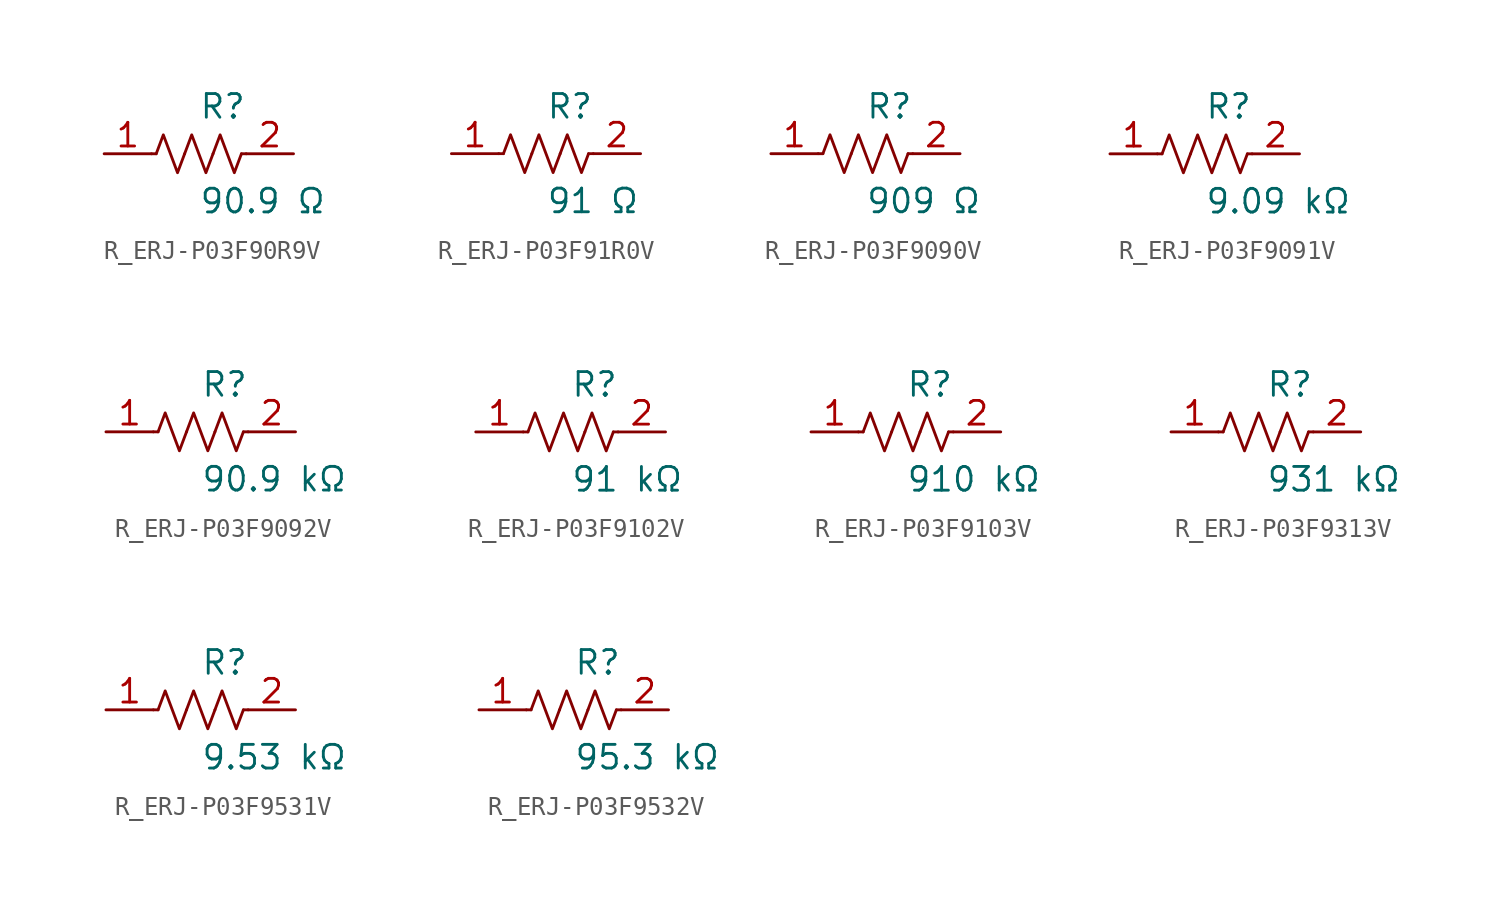
<source format=kicad_sym>
(kicad_symbol_lib
  (version 20231120)
  (generator kicad_symbol_editor)
  (generator_version 8.0)
  (symbol "R_ERJ-P03F90R9V"
    (pin_names
      (offset 0.254))
    (property "Reference" "R"
      (at 0.0 2.54 0)
      (effects (font (size 1.27 1.27)) (justify left)))
    (property "Value" "90.9 Ω"
      (at 0.0 -2.54 0)
      (effects (font (size 1.27 1.27)) (justify left)))
    (symbol "R_ERJ-P03F90R9V_0_1"
      (polyline (pts (xy 2.286 0) (xy 2.54 0)) (stroke (width 0) (type default)) (fill (type none)))
      (polyline (pts (xy -2.286 0) (xy -2.54 0)) (stroke (width 0) (type default)) (fill (type none)))
      (polyline (pts (xy 0.762 0) (xy 1.143 1.016) (xy 1.524 0) (xy 1.905 -1.016) (xy 2.286 0)) (stroke (width 0) (type default)) (fill (type none)))
      (polyline (pts (xy -0.762 0) (xy -0.381 1.016) (xy 0 0) (xy 0.381 -1.016) (xy 0.762 0)) (stroke (width 0) (type default)) (fill (type none)))
      (polyline (pts (xy -2.286 0) (xy -1.905 1.016) (xy -1.524 0) (xy -1.143 -1.016) (xy -0.762 0)) (stroke (width 0) (type default)) (fill (type none))))
    (pin unspecified line
      (at -5.08 0 0)
      (length 2.54)
      (name "" (effects (font (size 1.27 1.27))))
      (number "1" (effects (font (size 1.27 1.27)))))
    (pin unspecified line
      (at 5.08 0 180)
      (length 2.54)
      (name "" (effects (font (size 1.27 1.27))))
      (number "2" (effects (font (size 1.27 1.27))))))
  (symbol "R_ERJ-P03F91R0V"
    (pin_names
      (offset 0.254))
    (property "Reference" "R"
      (at 0.0 2.54 0)
      (effects (font (size 1.27 1.27)) (justify left)))
    (property "Value" "91 Ω"
      (at 0.0 -2.54 0)
      (effects (font (size 1.27 1.27)) (justify left)))
    (symbol "R_ERJ-P03F91R0V_0_1"
      (polyline (pts (xy 2.286 0) (xy 2.54 0)) (stroke (width 0) (type default)) (fill (type none)))
      (polyline (pts (xy -2.286 0) (xy -2.54 0)) (stroke (width 0) (type default)) (fill (type none)))
      (polyline (pts (xy 0.762 0) (xy 1.143 1.016) (xy 1.524 0) (xy 1.905 -1.016) (xy 2.286 0)) (stroke (width 0) (type default)) (fill (type none)))
      (polyline (pts (xy -0.762 0) (xy -0.381 1.016) (xy 0 0) (xy 0.381 -1.016) (xy 0.762 0)) (stroke (width 0) (type default)) (fill (type none)))
      (polyline (pts (xy -2.286 0) (xy -1.905 1.016) (xy -1.524 0) (xy -1.143 -1.016) (xy -0.762 0)) (stroke (width 0) (type default)) (fill (type none))))
    (pin unspecified line
      (at -5.08 0 0)
      (length 2.54)
      (name "" (effects (font (size 1.27 1.27))))
      (number "1" (effects (font (size 1.27 1.27)))))
    (pin unspecified line
      (at 5.08 0 180)
      (length 2.54)
      (name "" (effects (font (size 1.27 1.27))))
      (number "2" (effects (font (size 1.27 1.27))))))
  (symbol "R_ERJ-P03F9090V"
    (pin_names
      (offset 0.254))
    (property "Reference" "R"
      (at 0.0 2.54 0)
      (effects (font (size 1.27 1.27)) (justify left)))
    (property "Value" "909 Ω"
      (at 0.0 -2.54 0)
      (effects (font (size 1.27 1.27)) (justify left)))
    (symbol "R_ERJ-P03F9090V_0_1"
      (polyline (pts (xy 2.286 0) (xy 2.54 0)) (stroke (width 0) (type default)) (fill (type none)))
      (polyline (pts (xy -2.286 0) (xy -2.54 0)) (stroke (width 0) (type default)) (fill (type none)))
      (polyline (pts (xy 0.762 0) (xy 1.143 1.016) (xy 1.524 0) (xy 1.905 -1.016) (xy 2.286 0)) (stroke (width 0) (type default)) (fill (type none)))
      (polyline (pts (xy -0.762 0) (xy -0.381 1.016) (xy 0 0) (xy 0.381 -1.016) (xy 0.762 0)) (stroke (width 0) (type default)) (fill (type none)))
      (polyline (pts (xy -2.286 0) (xy -1.905 1.016) (xy -1.524 0) (xy -1.143 -1.016) (xy -0.762 0)) (stroke (width 0) (type default)) (fill (type none))))
    (pin unspecified line
      (at -5.08 0 0)
      (length 2.54)
      (name "" (effects (font (size 1.27 1.27))))
      (number "1" (effects (font (size 1.27 1.27)))))
    (pin unspecified line
      (at 5.08 0 180)
      (length 2.54)
      (name "" (effects (font (size 1.27 1.27))))
      (number "2" (effects (font (size 1.27 1.27))))))
  (symbol "R_ERJ-P03F9091V"
    (pin_names
      (offset 0.254))
    (property "Reference" "R"
      (at 0.0 2.54 0)
      (effects (font (size 1.27 1.27)) (justify left)))
    (property "Value" "9.09 kΩ"
      (at 0.0 -2.54 0)
      (effects (font (size 1.27 1.27)) (justify left)))
    (symbol "R_ERJ-P03F9091V_0_1"
      (polyline (pts (xy 2.286 0) (xy 2.54 0)) (stroke (width 0) (type default)) (fill (type none)))
      (polyline (pts (xy -2.286 0) (xy -2.54 0)) (stroke (width 0) (type default)) (fill (type none)))
      (polyline (pts (xy 0.762 0) (xy 1.143 1.016) (xy 1.524 0) (xy 1.905 -1.016) (xy 2.286 0)) (stroke (width 0) (type default)) (fill (type none)))
      (polyline (pts (xy -0.762 0) (xy -0.381 1.016) (xy 0 0) (xy 0.381 -1.016) (xy 0.762 0)) (stroke (width 0) (type default)) (fill (type none)))
      (polyline (pts (xy -2.286 0) (xy -1.905 1.016) (xy -1.524 0) (xy -1.143 -1.016) (xy -0.762 0)) (stroke (width 0) (type default)) (fill (type none))))
    (pin unspecified line
      (at -5.08 0 0)
      (length 2.54)
      (name "" (effects (font (size 1.27 1.27))))
      (number "1" (effects (font (size 1.27 1.27)))))
    (pin unspecified line
      (at 5.08 0 180)
      (length 2.54)
      (name "" (effects (font (size 1.27 1.27))))
      (number "2" (effects (font (size 1.27 1.27))))))
  (symbol "R_ERJ-P03F9092V"
    (pin_names
      (offset 0.254))
    (property "Reference" "R"
      (at 0.0 2.54 0)
      (effects (font (size 1.27 1.27)) (justify left)))
    (property "Value" "90.9 kΩ"
      (at 0.0 -2.54 0)
      (effects (font (size 1.27 1.27)) (justify left)))
    (symbol "R_ERJ-P03F9092V_0_1"
      (polyline (pts (xy 2.286 0) (xy 2.54 0)) (stroke (width 0) (type default)) (fill (type none)))
      (polyline (pts (xy -2.286 0) (xy -2.54 0)) (stroke (width 0) (type default)) (fill (type none)))
      (polyline (pts (xy 0.762 0) (xy 1.143 1.016) (xy 1.524 0) (xy 1.905 -1.016) (xy 2.286 0)) (stroke (width 0) (type default)) (fill (type none)))
      (polyline (pts (xy -0.762 0) (xy -0.381 1.016) (xy 0 0) (xy 0.381 -1.016) (xy 0.762 0)) (stroke (width 0) (type default)) (fill (type none)))
      (polyline (pts (xy -2.286 0) (xy -1.905 1.016) (xy -1.524 0) (xy -1.143 -1.016) (xy -0.762 0)) (stroke (width 0) (type default)) (fill (type none))))
    (pin unspecified line
      (at -5.08 0 0)
      (length 2.54)
      (name "" (effects (font (size 1.27 1.27))))
      (number "1" (effects (font (size 1.27 1.27)))))
    (pin unspecified line
      (at 5.08 0 180)
      (length 2.54)
      (name "" (effects (font (size 1.27 1.27))))
      (number "2" (effects (font (size 1.27 1.27))))))
  (symbol "R_ERJ-P03F9102V"
    (pin_names
      (offset 0.254))
    (property "Reference" "R"
      (at 0.0 2.54 0)
      (effects (font (size 1.27 1.27)) (justify left)))
    (property "Value" "91 kΩ"
      (at 0.0 -2.54 0)
      (effects (font (size 1.27 1.27)) (justify left)))
    (symbol "R_ERJ-P03F9102V_0_1"
      (polyline (pts (xy 2.286 0) (xy 2.54 0)) (stroke (width 0) (type default)) (fill (type none)))
      (polyline (pts (xy -2.286 0) (xy -2.54 0)) (stroke (width 0) (type default)) (fill (type none)))
      (polyline (pts (xy 0.762 0) (xy 1.143 1.016) (xy 1.524 0) (xy 1.905 -1.016) (xy 2.286 0)) (stroke (width 0) (type default)) (fill (type none)))
      (polyline (pts (xy -0.762 0) (xy -0.381 1.016) (xy 0 0) (xy 0.381 -1.016) (xy 0.762 0)) (stroke (width 0) (type default)) (fill (type none)))
      (polyline (pts (xy -2.286 0) (xy -1.905 1.016) (xy -1.524 0) (xy -1.143 -1.016) (xy -0.762 0)) (stroke (width 0) (type default)) (fill (type none))))
    (pin unspecified line
      (at -5.08 0 0)
      (length 2.54)
      (name "" (effects (font (size 1.27 1.27))))
      (number "1" (effects (font (size 1.27 1.27)))))
    (pin unspecified line
      (at 5.08 0 180)
      (length 2.54)
      (name "" (effects (font (size 1.27 1.27))))
      (number "2" (effects (font (size 1.27 1.27))))))
  (symbol "R_ERJ-P03F9103V"
    (pin_names
      (offset 0.254))
    (property "Reference" "R"
      (at 0.0 2.54 0)
      (effects (font (size 1.27 1.27)) (justify left)))
    (property "Value" "910 kΩ"
      (at 0.0 -2.54 0)
      (effects (font (size 1.27 1.27)) (justify left)))
    (symbol "R_ERJ-P03F9103V_0_1"
      (polyline (pts (xy 2.286 0) (xy 2.54 0)) (stroke (width 0) (type default)) (fill (type none)))
      (polyline (pts (xy -2.286 0) (xy -2.54 0)) (stroke (width 0) (type default)) (fill (type none)))
      (polyline (pts (xy 0.762 0) (xy 1.143 1.016) (xy 1.524 0) (xy 1.905 -1.016) (xy 2.286 0)) (stroke (width 0) (type default)) (fill (type none)))
      (polyline (pts (xy -0.762 0) (xy -0.381 1.016) (xy 0 0) (xy 0.381 -1.016) (xy 0.762 0)) (stroke (width 0) (type default)) (fill (type none)))
      (polyline (pts (xy -2.286 0) (xy -1.905 1.016) (xy -1.524 0) (xy -1.143 -1.016) (xy -0.762 0)) (stroke (width 0) (type default)) (fill (type none))))
    (pin unspecified line
      (at -5.08 0 0)
      (length 2.54)
      (name "" (effects (font (size 1.27 1.27))))
      (number "1" (effects (font (size 1.27 1.27)))))
    (pin unspecified line
      (at 5.08 0 180)
      (length 2.54)
      (name "" (effects (font (size 1.27 1.27))))
      (number "2" (effects (font (size 1.27 1.27))))))
  (symbol "R_ERJ-P03F9313V"
    (pin_names
      (offset 0.254))
    (property "Reference" "R"
      (at 0.0 2.54 0)
      (effects (font (size 1.27 1.27)) (justify left)))
    (property "Value" "931 kΩ"
      (at 0.0 -2.54 0)
      (effects (font (size 1.27 1.27)) (justify left)))
    (symbol "R_ERJ-P03F9313V_0_1"
      (polyline (pts (xy 2.286 0) (xy 2.54 0)) (stroke (width 0) (type default)) (fill (type none)))
      (polyline (pts (xy -2.286 0) (xy -2.54 0)) (stroke (width 0) (type default)) (fill (type none)))
      (polyline (pts (xy 0.762 0) (xy 1.143 1.016) (xy 1.524 0) (xy 1.905 -1.016) (xy 2.286 0)) (stroke (width 0) (type default)) (fill (type none)))
      (polyline (pts (xy -0.762 0) (xy -0.381 1.016) (xy 0 0) (xy 0.381 -1.016) (xy 0.762 0)) (stroke (width 0) (type default)) (fill (type none)))
      (polyline (pts (xy -2.286 0) (xy -1.905 1.016) (xy -1.524 0) (xy -1.143 -1.016) (xy -0.762 0)) (stroke (width 0) (type default)) (fill (type none))))
    (pin unspecified line
      (at -5.08 0 0)
      (length 2.54)
      (name "" (effects (font (size 1.27 1.27))))
      (number "1" (effects (font (size 1.27 1.27)))))
    (pin unspecified line
      (at 5.08 0 180)
      (length 2.54)
      (name "" (effects (font (size 1.27 1.27))))
      (number "2" (effects (font (size 1.27 1.27))))))
  (symbol "R_ERJ-P03F9531V"
    (pin_names
      (offset 0.254))
    (property "Reference" "R"
      (at 0.0 2.54 0)
      (effects (font (size 1.27 1.27)) (justify left)))
    (property "Value" "9.53 kΩ"
      (at 0.0 -2.54 0)
      (effects (font (size 1.27 1.27)) (justify left)))
    (symbol "R_ERJ-P03F9531V_0_1"
      (polyline (pts (xy 2.286 0) (xy 2.54 0)) (stroke (width 0) (type default)) (fill (type none)))
      (polyline (pts (xy -2.286 0) (xy -2.54 0)) (stroke (width 0) (type default)) (fill (type none)))
      (polyline (pts (xy 0.762 0) (xy 1.143 1.016) (xy 1.524 0) (xy 1.905 -1.016) (xy 2.286 0)) (stroke (width 0) (type default)) (fill (type none)))
      (polyline (pts (xy -0.762 0) (xy -0.381 1.016) (xy 0 0) (xy 0.381 -1.016) (xy 0.762 0)) (stroke (width 0) (type default)) (fill (type none)))
      (polyline (pts (xy -2.286 0) (xy -1.905 1.016) (xy -1.524 0) (xy -1.143 -1.016) (xy -0.762 0)) (stroke (width 0) (type default)) (fill (type none))))
    (pin unspecified line
      (at -5.08 0 0)
      (length 2.54)
      (name "" (effects (font (size 1.27 1.27))))
      (number "1" (effects (font (size 1.27 1.27)))))
    (pin unspecified line
      (at 5.08 0 180)
      (length 2.54)
      (name "" (effects (font (size 1.27 1.27))))
      (number "2" (effects (font (size 1.27 1.27))))))
  (symbol "R_ERJ-P03F9532V"
    (pin_names
      (offset 0.254))
    (property "Reference" "R"
      (at 0.0 2.54 0)
      (effects (font (size 1.27 1.27)) (justify left)))
    (property "Value" "95.3 kΩ"
      (at 0.0 -2.54 0)
      (effects (font (size 1.27 1.27)) (justify left)))
    (symbol "R_ERJ-P03F9532V_0_1"
      (polyline (pts (xy 2.286 0) (xy 2.54 0)) (stroke (width 0) (type default)) (fill (type none)))
      (polyline (pts (xy -2.286 0) (xy -2.54 0)) (stroke (width 0) (type default)) (fill (type none)))
      (polyline (pts (xy 0.762 0) (xy 1.143 1.016) (xy 1.524 0) (xy 1.905 -1.016) (xy 2.286 0)) (stroke (width 0) (type default)) (fill (type none)))
      (polyline (pts (xy -0.762 0) (xy -0.381 1.016) (xy 0 0) (xy 0.381 -1.016) (xy 0.762 0)) (stroke (width 0) (type default)) (fill (type none)))
      (polyline (pts (xy -2.286 0) (xy -1.905 1.016) (xy -1.524 0) (xy -1.143 -1.016) (xy -0.762 0)) (stroke (width 0) (type default)) (fill (type none))))
    (pin unspecified line
      (at -5.08 0 0)
      (length 2.54)
      (name "" (effects (font (size 1.27 1.27))))
      (number "1" (effects (font (size 1.27 1.27)))))
    (pin unspecified line
      (at 5.08 0 180)
      (length 2.54)
      (name "" (effects (font (size 1.27 1.27))))
      (number "2" (effects (font (size 1.27 1.27)))))))
</source>
